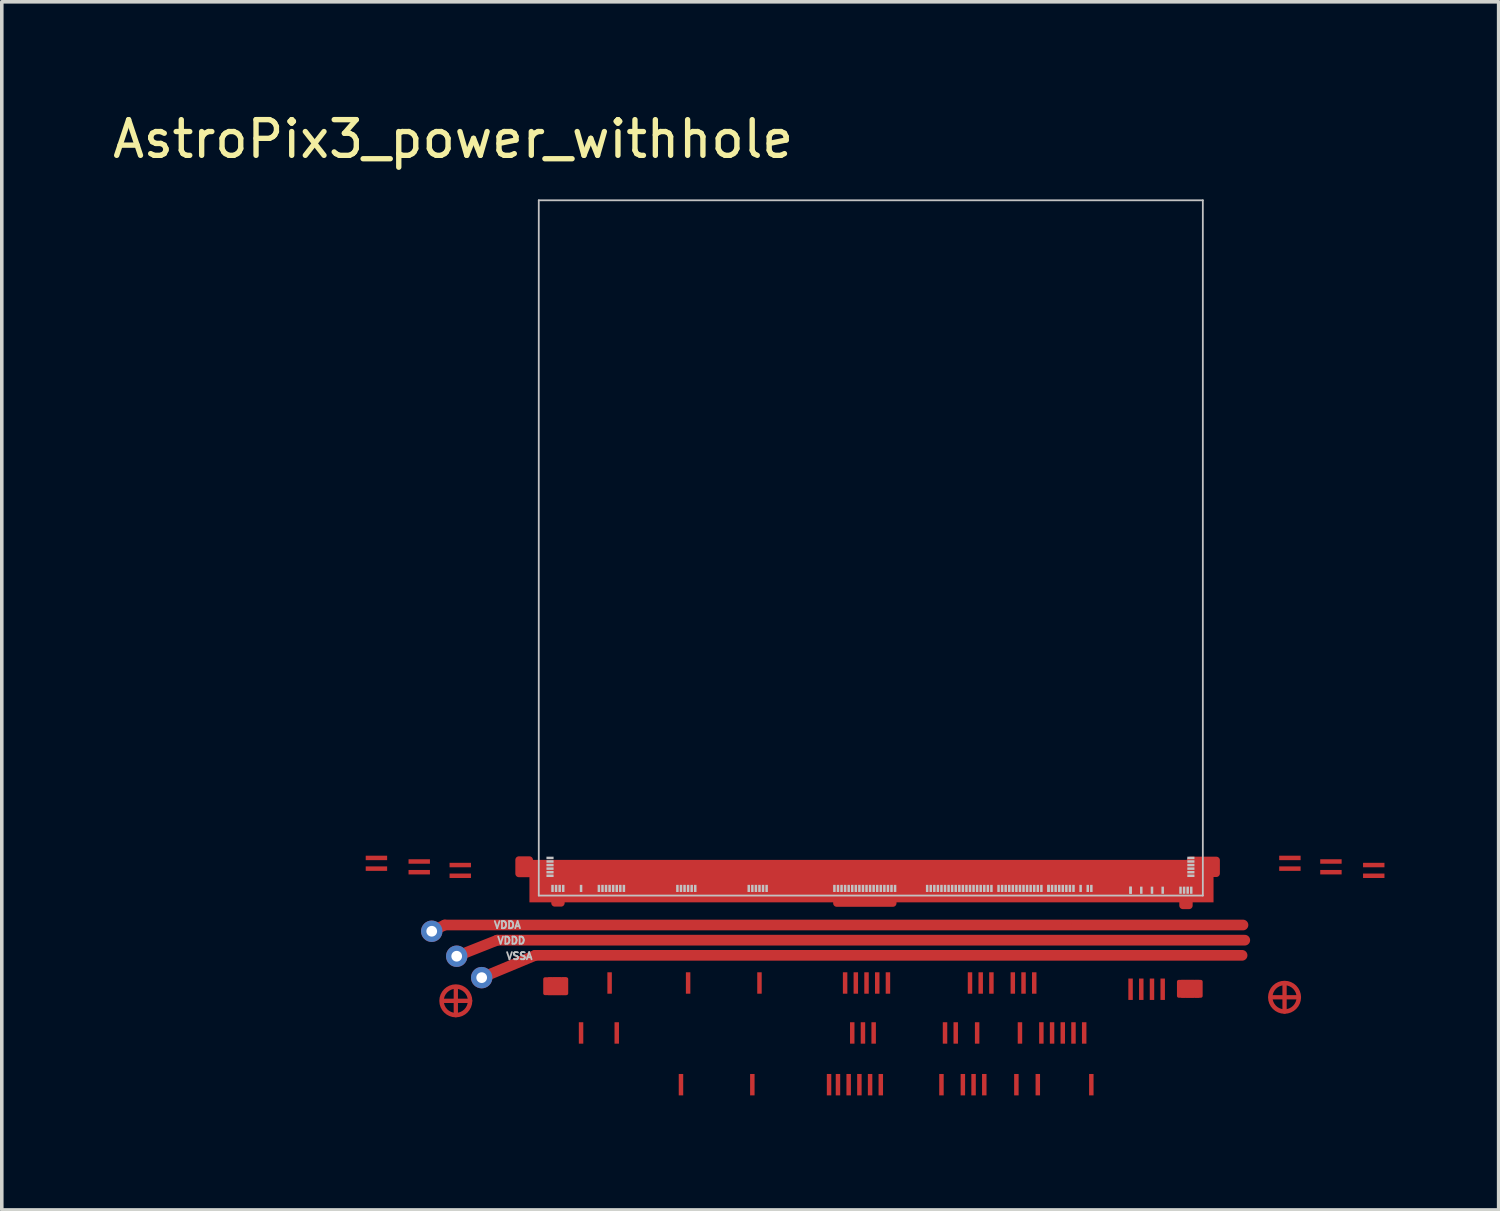
<source format=kicad_pcb>
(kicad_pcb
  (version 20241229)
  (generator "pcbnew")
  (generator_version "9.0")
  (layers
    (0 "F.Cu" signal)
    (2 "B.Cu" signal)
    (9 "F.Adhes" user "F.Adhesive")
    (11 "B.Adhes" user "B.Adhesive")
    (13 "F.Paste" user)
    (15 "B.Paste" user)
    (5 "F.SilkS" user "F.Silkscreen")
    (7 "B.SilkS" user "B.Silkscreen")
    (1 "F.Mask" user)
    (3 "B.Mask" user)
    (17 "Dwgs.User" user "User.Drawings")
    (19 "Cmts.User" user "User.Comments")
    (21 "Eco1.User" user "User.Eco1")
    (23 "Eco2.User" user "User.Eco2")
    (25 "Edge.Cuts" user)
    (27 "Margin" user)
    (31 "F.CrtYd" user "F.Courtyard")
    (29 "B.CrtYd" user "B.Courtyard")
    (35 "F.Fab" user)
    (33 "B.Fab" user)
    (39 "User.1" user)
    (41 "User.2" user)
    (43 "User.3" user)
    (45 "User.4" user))
  (footprint "AstroPix3_power_withhole"
    (layer "F.Cu")
    (at 12.049 22.048)
    (property "Reference" "AstroPix3_power_withhole" (at -2.4 -21.2 0) (layer "F.SilkS") (effects (font (size 1 1) (thickness 0.15))))
    (attr smd)
    (fp_line (start -3 1) (end -2.635 0.825) (stroke (width 0.3) (type solid)) (layer "F.Cu"))
    (fp_line (start -2.675 2.95) (end -1.925 2.95) (stroke (width 0.12) (type solid)) (layer "F.Cu"))
    (fp_line (start -2.635 0.825) (end 19.735 0.825) (stroke (width 0.3) (type solid)) (layer "F.Cu"))
    (fp_line (start -2.325 2.6) (end -2.325 3.35) (stroke (width 0.12) (type solid)) (layer "F.Cu"))
    (fp_line (start -2.3 1.7) (end -1.165 1.25) (stroke (width 0.3) (type solid)) (layer "F.Cu"))
    (fp_line (start -1.6 2.3) (end -0.1 1.675) (stroke (width 0.3) (type solid)) (layer "F.Cu"))
    (fp_line (start -1.165 1.25) (end 19.785 1.25) (stroke (width 0.3) (type solid)) (layer "F.Cu"))
    (fp_line (start -0.1 1.675) (end 19.71 1.675) (stroke (width 0.3) (type solid)) (layer "F.Cu"))
    (fp_line (start 20.55 2.85) (end 21.3 2.85) (stroke (width 0.12) (type solid)) (layer "F.Cu"))
    (fp_line (start 20.9 2.5) (end 20.9 3.25) (stroke (width 0.12) (type solid)) (layer "F.Cu"))
    (fp_rect (start -0.557 -1) (end -0.263 -0.615) (stroke (width 0.2) (type solid)) (fill yes) (layer "F.Cu"))
    (fp_rect (start 0.45 -0.115) (end 0.625 0.21) (stroke (width 0.2) (type solid)) (fill yes) (layer "F.Cu"))
    (fp_rect (start 8.35 -0.17) (end 9.925 0.215) (stroke (width 0.2) (type solid)) (fill yes) (layer "F.Cu"))
    (fp_rect (start 18.225 -0.105) (end 18.05 0.28) (stroke (width 0.2) (type solid)) (fill yes) (layer "F.Cu"))
    (fp_rect (start 18.988 -0.99) (end 18.262 -0.62) (stroke (width 0.2) (type solid)) (fill yes) (layer "F.Cu"))
    (fp_circle (center -2.325 2.95) (end -1.925 2.95) (stroke (width 0.125) (type solid)) (fill no) (layer "F.Cu"))
    (fp_circle (center 20.9 2.85) (end 21.3 2.85) (stroke (width 0.125) (type solid)) (fill no) (layer "F.Cu"))
    (fp_poly (pts (xy 0.775 2.74) (xy 0.175 2.74) (xy 0.175 2.34) (xy 0.775 2.34)) (stroke (width 0.1) (type solid)) (fill yes) (layer "F.Cu"))
    (fp_poly (pts (xy 18.555 2.813) (xy 17.935 2.813) (xy 17.935 2.413) (xy 18.555 2.413)) (stroke (width 0.1) (type solid)) (fill yes) (layer "F.Cu"))
    (fp_rect (start 0.95 3.35) (end 15.467 4.35) (stroke (width 0.12) (type solid)) (fill yes) (layer "F.Mask"))
    (fp_rect (start 3.754 4.75) (end 15.633 5.75) (stroke (width 0.12) (type solid)) (fill yes) (layer "F.Mask"))
    (fp_circle (center -2.325 2.95) (end -1.95 2.95) (stroke (width 0.2) (type solid)) (fill yes) (layer "F.Mask"))
    (fp_circle (center 20.9 2.85) (end 21.275 2.85) (stroke (width 0.2) (type solid)) (fill yes) (layer "F.Mask"))
    (fp_poly (pts (xy -1.8 -0.3) (xy -5 -0.3) (xy -5 -1.15) (xy -1.8 -1.15)) (stroke (width 0.1) (type solid)) (fill yes) (layer "F.Mask"))
    (fp_poly (pts (xy 19.85 2.9) (xy -1.15 2.9) (xy -1.15 -20.5) (xy 19.85 -20.5)) (stroke (width 0.1) (type solid)) (fill yes) (layer "F.Mask"))
    (fp_poly (pts (xy 23.85 -0.4) (xy 20.65 -0.4) (xy 20.65 -1.25) (xy 23.85 -1.25)) (stroke (width 0.1) (type solid)) (fill yes) (layer "F.Mask"))
    (fp_line (start 0 -19.485) (end 0 0) (stroke (width 0.05) (type solid)) (layer "Dwgs.User"))
    (fp_line (start 18.61 -19.485) (end 0 -19.485) (stroke (width 0.05) (type solid)) (layer "Dwgs.User"))
    (fp_line (start 18.61 -19.485) (end 18.61 0) (stroke (width 0.05) (type solid)) (layer "Dwgs.User"))
    (fp_line (start 18.61 0) (end 0 0) (stroke (width 0.05) (type solid)) (layer "Dwgs.User"))
    (fp_text user "VDDD" (at -0.77 1.26 0) (unlocked yes) (layer "Dwgs.User") (effects (font (size 0.2 0.2) (thickness 0.05))))
    (fp_text user "VSSA" (at -0.545 1.695 0) (unlocked yes) (layer "Dwgs.User") (effects (font (size 0.2 0.2) (thickness 0.05))))
    (fp_text user "VDDA" (at -0.88 0.825 0) (unlocked yes) (layer "Dwgs.User") (effects (font (size 0.2 0.2) (thickness 0.05))))
    (pad "" smd rect (at 0.315 -1.055 90) (size 0.07 0.2) (layers "Dwgs.User"))
    (pad "" smd rect (at 0.315 -0.955 90) (size 0.07 0.2) (layers "Dwgs.User"))
    (pad "" smd rect (at 0.315 -0.855 90) (size 0.07 0.2) (layers "Dwgs.User"))
    (pad "" smd rect (at 0.315 -0.755 90) (size 0.07 0.2) (layers "Dwgs.User"))
    (pad "" smd rect (at 0.315 -0.655 90) (size 0.07 0.2) (layers "Dwgs.User"))
    (pad "" smd rect (at 0.315 -0.555 90) (size 0.07 0.2) (layers "Dwgs.User"))
    (pad "" smd rect (at 0.385 -0.2) (size 0.07 0.2) (layers "Dwgs.User"))
    (pad "" smd rect (at 0.485 -0.2) (size 0.07 0.2) (layers "Dwgs.User"))
    (pad "" smd rect (at 0.585 -0.2) (size 0.07 0.2) (layers "Dwgs.User"))
    (pad "" smd rect (at 0.685 -0.2) (size 0.07 0.2) (layers "Dwgs.User"))
    (pad "" smd rect (at 1.185 -0.2) (size 0.07 0.2) (layers "Dwgs.User"))
    (pad "" smd rect (at 1.685 -0.2) (size 0.07 0.2) (layers "Dwgs.User"))
    (pad "" smd rect (at 1.785 -0.2) (size 0.07 0.2) (layers "Dwgs.User"))
    (pad "" smd rect (at 1.885 -0.2) (size 0.07 0.2) (layers "Dwgs.User"))
    (pad "" smd rect (at 1.985 -0.2) (size 0.07 0.2) (layers "Dwgs.User"))
    (pad "" smd rect (at 2.085 -0.2) (size 0.07 0.2) (layers "Dwgs.User"))
    (pad "" smd rect (at 2.185 -0.2) (size 0.07 0.2) (layers "Dwgs.User"))
    (pad "" smd rect (at 2.285 -0.2) (size 0.07 0.2) (layers "Dwgs.User"))
    (pad "" smd rect (at 2.385 -0.2) (size 0.07 0.2) (layers "Dwgs.User"))
    (pad "" smd rect (at 3.885 -0.2) (size 0.07 0.2) (layers "Dwgs.User"))
    (pad "" smd rect (at 3.985 -0.2) (size 0.07 0.2) (layers "Dwgs.User"))
    (pad "" smd rect (at 4.085 -0.2) (size 0.07 0.2) (layers "Dwgs.User"))
    (pad "" smd rect (at 4.185 -0.2) (size 0.07 0.2) (layers "Dwgs.User"))
    (pad "" smd rect (at 4.285 -0.2) (size 0.07 0.2) (layers "Dwgs.User"))
    (pad "" smd rect (at 4.385 -0.2) (size 0.07 0.2) (layers "Dwgs.User"))
    (pad "" smd rect (at 5.885 -0.2) (size 0.07 0.2) (layers "Dwgs.User"))
    (pad "" smd rect (at 5.985 -0.2) (size 0.07 0.2) (layers "Dwgs.User"))
    (pad "" smd rect (at 6.085 -0.2) (size 0.07 0.2) (layers "Dwgs.User"))
    (pad "" smd rect (at 6.185 -0.2) (size 0.07 0.2) (layers "Dwgs.User"))
    (pad "" smd rect (at 6.285 -0.2) (size 0.07 0.2) (layers "Dwgs.User"))
    (pad "" smd rect (at 6.385 -0.2) (size 0.07 0.2) (layers "Dwgs.User"))
    (pad "" smd rect (at 8.285 -0.2) (size 0.07 0.2) (layers "Dwgs.User"))
    (pad "" smd rect (at 8.385 -0.2) (size 0.07 0.2) (layers "Dwgs.User"))
    (pad "" smd rect (at 8.485 -0.2) (size 0.07 0.2) (layers "Dwgs.User"))
    (pad "" smd rect (at 8.585 -0.2) (size 0.07 0.2) (layers "Dwgs.User"))
    (pad "" smd rect (at 8.685 -0.2) (size 0.07 0.2) (layers "Dwgs.User"))
    (pad "" smd rect (at 8.785 -0.2) (size 0.07 0.2) (layers "Dwgs.User"))
    (pad "" smd rect (at 8.885 -0.2) (size 0.07 0.2) (layers "Dwgs.User"))
    (pad "" smd rect (at 8.985 -0.2) (size 0.07 0.2) (layers "Dwgs.User"))
    (pad "" smd rect (at 9.085 -0.2) (size 0.07 0.2) (layers "Dwgs.User"))
    (pad "" smd rect (at 9.185 -0.2) (size 0.07 0.2) (layers "Dwgs.User"))
    (pad "" smd rect (at 9.285 -0.2) (size 0.07 0.2) (layers "Dwgs.User"))
    (pad "" smd rect (at 9.385 -0.2) (size 0.07 0.2) (layers "Dwgs.User"))
    (pad "" smd rect (at 9.485 -0.2) (size 0.07 0.2) (layers "Dwgs.User"))
    (pad "" smd rect (at 9.585 -0.2) (size 0.07 0.2) (layers "Dwgs.User"))
    (pad "" smd rect (at 9.685 -0.2) (size 0.07 0.2) (layers "Dwgs.User"))
    (pad "" smd rect (at 9.785 -0.2) (size 0.07 0.2) (layers "Dwgs.User"))
    (pad "" smd rect (at 9.885 -0.2) (size 0.07 0.2) (layers "Dwgs.User"))
    (pad "" smd rect (at 9.985 -0.2) (size 0.07 0.2) (layers "Dwgs.User"))
    (pad "" smd rect (at 10.885 -0.2) (size 0.07 0.2) (layers "Dwgs.User"))
    (pad "" smd rect (at 10.985 -0.2) (size 0.07 0.2) (layers "Dwgs.User"))
    (pad "" smd rect (at 11.085 -0.2) (size 0.07 0.2) (layers "Dwgs.User"))
    (pad "" smd rect (at 11.185 -0.2) (size 0.07 0.2) (layers "Dwgs.User"))
    (pad "" smd rect (at 11.285 -0.2) (size 0.07 0.2) (layers "Dwgs.User"))
    (pad "" smd rect (at 11.385 -0.2) (size 0.07 0.2) (layers "Dwgs.User"))
    (pad "" smd rect (at 11.485 -0.2) (size 0.07 0.2) (layers "Dwgs.User"))
    (pad "" smd rect (at 11.585 -0.2) (size 0.07 0.2) (layers "Dwgs.User"))
    (pad "" smd rect (at 11.685 -0.2) (size 0.07 0.2) (layers "Dwgs.User"))
    (pad "" smd rect (at 11.785 -0.2) (size 0.07 0.2) (layers "Dwgs.User"))
    (pad "" smd rect (at 11.885 -0.2) (size 0.07 0.2) (layers "Dwgs.User"))
    (pad "" smd rect (at 11.985 -0.2) (size 0.07 0.2) (layers "Dwgs.User"))
    (pad "" smd rect (at 12.085 -0.2) (size 0.07 0.2) (layers "Dwgs.User"))
    (pad "" smd rect (at 12.185 -0.2) (size 0.07 0.2) (layers "Dwgs.User"))
    (pad "" smd rect (at 12.285 -0.2) (size 0.07 0.2) (layers "Dwgs.User"))
    (pad "" smd rect (at 12.385 -0.2) (size 0.07 0.2) (layers "Dwgs.User"))
    (pad "" smd rect (at 12.485 -0.2) (size 0.07 0.2) (layers "Dwgs.User"))
    (pad "" smd rect (at 12.585 -0.2) (size 0.07 0.2) (layers "Dwgs.User"))
    (pad "" smd rect (at 12.685 -0.2) (size 0.07 0.2) (layers "Dwgs.User"))
    (pad "" smd rect (at 12.885 -0.2) (size 0.07 0.2) (layers "Dwgs.User"))
    (pad "" smd rect (at 12.985 -0.2) (size 0.07 0.2) (layers "Dwgs.User"))
    (pad "" smd rect (at 13.085 -0.2) (size 0.07 0.2) (layers "Dwgs.User"))
    (pad "" smd rect (at 13.185 -0.2) (size 0.07 0.2) (layers "Dwgs.User"))
    (pad "" smd rect (at 13.285 -0.2) (size 0.07 0.2) (layers "Dwgs.User"))
    (pad "" smd rect (at 13.385 -0.2) (size 0.07 0.2) (layers "Dwgs.User"))
    (pad "" smd rect (at 13.485 -0.2) (size 0.07 0.2) (layers "Dwgs.User"))
    (pad "" smd rect (at 13.585 -0.2) (size 0.07 0.2) (layers "Dwgs.User"))
    (pad "" smd rect (at 13.685 -0.2) (size 0.07 0.2) (layers "Dwgs.User"))
    (pad "" smd rect (at 13.785 -0.2) (size 0.07 0.2) (layers "Dwgs.User"))
    (pad "" smd rect (at 13.885 -0.2) (size 0.07 0.2) (layers "Dwgs.User"))
    (pad "" smd rect (at 13.985 -0.2) (size 0.07 0.2) (layers "Dwgs.User"))
    (pad "" smd rect (at 14.085 -0.2) (size 0.07 0.2) (layers "Dwgs.User"))
    (pad "" smd rect (at 14.285 -0.2) (size 0.07 0.2) (layers "Dwgs.User"))
    (pad "" smd rect (at 14.285 -0.2) (size 0.07 0.2) (layers "Dwgs.User"))
    (pad "" smd rect (at 14.385 -0.2) (size 0.07 0.2) (layers "Dwgs.User"))
    (pad "" smd rect (at 14.485 -0.2) (size 0.07 0.2) (layers "Dwgs.User"))
    (pad "" smd rect (at 14.585 -0.2) (size 0.07 0.2) (layers "Dwgs.User"))
    (pad "" smd rect (at 14.685 -0.2) (size 0.07 0.2) (layers "Dwgs.User"))
    (pad "" smd rect (at 14.785 -0.2) (size 0.07 0.2) (layers "Dwgs.User"))
    (pad "" smd rect (at 14.885 -0.2) (size 0.07 0.2) (layers "Dwgs.User"))
    (pad "" smd rect (at 14.985 -0.2) (size 0.07 0.2) (layers "Dwgs.User"))
    (pad "" smd rect (at 15.185 -0.2) (size 0.07 0.2) (layers "Dwgs.User"))
    (pad "" smd rect (at 15.385 -0.2) (size 0.07 0.2) (layers "Dwgs.User"))
    (pad "" smd rect (at 15.485 -0.2) (size 0.07 0.2) (layers "Dwgs.User"))
    (pad "" smd rect (at 16.585 -0.15) (size 0.07 0.2) (layers "Dwgs.User"))
    (pad "" smd rect (at 16.585 -0.15) (size 0.07 0.2) (layers "Dwgs.User"))
    (pad "" smd rect (at 16.885 -0.15) (size 0.07 0.2) (layers "Dwgs.User"))
    (pad "" smd rect (at 17.185 -0.15) (size 0.07 0.2) (layers "Dwgs.User"))
    (pad "" smd rect (at 17.485 -0.15) (size 0.07 0.2) (layers "Dwgs.User"))
    (pad "" smd rect (at 17.985 -0.15) (size 0.07 0.2) (layers "Dwgs.User"))
    (pad "" smd rect (at 18.085 -0.15) (size 0.07 0.2) (layers "Dwgs.User"))
    (pad "" smd rect (at 18.185 -0.15) (size 0.07 0.2) (layers "Dwgs.User"))
    (pad "" smd rect (at 18.275 -1.055 90) (size 0.07 0.2) (layers "Dwgs.User"))
    (pad "" smd rect (at 18.275 -0.955 90) (size 0.07 0.2) (layers "Dwgs.User"))
    (pad "" smd rect (at 18.275 -0.855 90) (size 0.07 0.2) (layers "Dwgs.User"))
    (pad "" smd rect (at 18.275 -0.755 90) (size 0.07 0.2) (layers "Dwgs.User"))
    (pad "" smd rect (at 18.275 -0.655 90) (size 0.07 0.2) (layers "Dwgs.User"))
    (pad "" smd rect (at 18.275 -0.555 90) (size 0.07 0.2) (layers "Dwgs.User"))
    (pad "" smd rect (at 18.285 -0.15) (size 0.07 0.2) (layers "Dwgs.User"))
    (pad "B0" smd rect (at 9.324 -0.405) (size 19.172 1.19) (layers "F.Cu" "F.Mask" "F.Paste"))
    (pad "B1" smd rect (at 0.325 2.54) (size 0.125 0.5) (layers "F.Cu" "F.Mask" "F.Paste"))
    (pad "B2" smd rect (at 0.45 2.54) (size 0.125 0.5) (layers "F.Cu" "F.Mask" "F.Paste"))
    (pad "B3" smd rect (at 0.575 2.54) (size 0.125 0.5) (layers "F.Cu" "F.Mask" "F.Paste"))
    (pad "B4" smd rect (at 0.71 2.54) (size 0.125 0.5) (layers "F.Cu" "F.Mask" "F.Paste"))
    (pad "B5" smd rect (at 1.185 3.85) (size 0.125 0.6) (layers "F.Cu" "F.Mask" "F.Paste"))
    (pad "B6" smd rect (at 1.685 1.6) (size 0.1 0.1) (layers "F.Cu" "F.Mask" "F.Paste"))
    (pad "B7" smd rect (at 1.785 1.6) (size 0.1 0.1) (layers "F.Cu" "F.Mask" "F.Paste"))
    (pad "B8" smd rect (at 1.885 0.8) (size 0.1 0.1) (layers "F.Cu" "F.Mask" "F.Paste"))
    (pad "B9" smd rect (at 1.985 2.45) (size 0.125 0.6) (layers "F.Cu" "F.Mask" "F.Paste"))
    (pad "B10" smd rect (at 2.085 0.8) (size 0.1 0.1) (layers "F.Cu" "F.Mask" "F.Paste"))
    (pad "B11" smd rect (at 2.185 3.85) (size 0.125 0.6) (layers "F.Cu" "F.Mask" "F.Paste"))
    (pad "B12" smd rect (at 2.285 1.6) (size 0.1 0.1) (layers "F.Cu" "F.Mask" "F.Paste"))
    (pad "B13" smd rect (at 2.385 1.6) (size 0.1 0.1) (layers "F.Cu" "F.Mask" "F.Paste"))
    (pad "B14" smd rect (at 3.885 0.8) (size 0.1 0.1) (layers "F.Cu" "F.Mask" "F.Paste"))
    (pad "B15" smd rect (at 3.985 5.3) (size 0.125 0.6) (layers "F.Cu" "F.Mask" "F.Paste"))
    (pad "B16" smd rect (at 4.085 0.8) (size 0.1 0.1) (layers "F.Cu" "F.Mask" "F.Paste"))
    (pad "B17" smd rect (at 4.185 2.45) (size 0.125 0.6) (layers "F.Cu" "F.Mask" "F.Paste"))
    (pad "B18" smd rect (at 4.285 1.6) (size 0.1 0.1) (layers "F.Cu" "F.Mask" "F.Paste"))
    (pad "B19" smd rect (at 4.385 1.6) (size 0.1 0.1) (layers "F.Cu" "F.Mask" "F.Paste"))
    (pad "B20" smd rect (at 5.885 0.8) (size 0.1 0.1) (layers "F.Cu" "F.Mask" "F.Paste"))
    (pad "B21" smd rect (at 5.985 5.3) (size 0.125 0.6) (layers "F.Cu" "F.Mask" "F.Paste"))
    (pad "B22" smd rect (at 6.085 0.8) (size 0.1 0.1) (layers "F.Cu" "F.Mask" "F.Paste"))
    (pad "B23" smd rect (at 6.185 2.45) (size 0.125 0.6) (layers "F.Cu" "F.Mask" "F.Paste"))
    (pad "B24" smd rect (at 6.285 1.6) (size 0.1 0.1) (layers "F.Cu" "F.Mask" "F.Paste"))
    (pad "B25" smd rect (at 6.385 1.6) (size 0.1 0.1) (layers "F.Cu" "F.Mask" "F.Paste"))
    (pad "B26" smd rect (at 8.135 5.3) (size 0.125 0.6) (layers "F.Cu" "F.Mask" "F.Paste"))
    (pad "B27" smd rect (at 8.385 5.3) (size 0.125 0.6) (layers "F.Cu" "F.Mask" "F.Paste"))
    (pad "B28" smd rect (at 8.485 1.2) (size 0.1 0.1) (layers "F.Cu" "F.Mask" "F.Paste"))
    (pad "B29" smd rect (at 8.585 2.45) (size 0.125 0.6) (layers "F.Cu" "F.Mask" "F.Paste"))
    (pad "B30" smd rect (at 8.685 5.3) (size 0.125 0.6) (layers "F.Cu" "F.Mask" "F.Paste"))
    (pad "B31" smd rect (at 8.785 3.85) (size 0.125 0.6) (layers "F.Cu" "F.Mask" "F.Paste"))
    (pad "B32" smd rect (at 8.885 2.45) (size 0.125 0.6) (layers "F.Cu" "F.Mask" "F.Paste"))
    (pad "B33" smd rect (at 8.985 5.3) (size 0.125 0.6) (layers "F.Cu" "F.Mask" "F.Paste"))
    (pad "B34" smd rect (at 9.085 3.85) (size 0.125 0.6) (layers "F.Cu" "F.Mask" "F.Paste"))
    (pad "B35" smd rect (at 9.185 2.45) (size 0.125 0.6) (layers "F.Cu" "F.Mask" "F.Paste"))
    (pad "B36" smd rect (at 9.285 5.3) (size 0.125 0.6) (layers "F.Cu" "F.Mask" "F.Paste"))
    (pad "B37" smd rect (at 9.385 3.85) (size 0.125 0.6) (layers "F.Cu" "F.Mask" "F.Paste"))
    (pad "B38" smd rect (at 9.485 2.45) (size 0.125 0.6) (layers "F.Cu" "F.Mask" "F.Paste"))
    (pad "B39" smd rect (at 9.585 5.3) (size 0.125 0.6) (layers "F.Cu" "F.Mask" "F.Paste"))
    (pad "B40" smd rect (at 9.685 1.2) (size 0.1 0.1) (layers "F.Cu" "F.Mask" "F.Paste"))
    (pad "B41" smd rect (at 9.785 2.45) (size 0.125 0.6) (layers "F.Cu" "F.Mask" "F.Paste"))
    (pad "B44" smd rect (at 10.885 1.6) (size 0.1 0.1) (layers "F.Cu" "F.Mask" "F.Paste"))
    (pad "B45" smd rect (at 10.985 1.6) (size 0.1 0.1) (layers "F.Cu" "F.Mask" "F.Paste"))
    (pad "B46" smd rect (at 11.085 0.8) (size 0.1 0.1) (layers "F.Cu" "F.Mask" "F.Paste"))
    (pad "B47" smd rect (at 11.185 0.8) (size 0.1 0.1) (layers "F.Cu" "F.Mask" "F.Paste"))
    (pad "B48" smd rect (at 11.285 5.3) (size 0.125 0.6) (layers "F.Cu" "F.Mask" "F.Paste"))
    (pad "B49" smd rect (at 11.385 3.85) (size 0.125 0.6) (layers "F.Cu" "F.Mask" "F.Paste"))
    (pad "B52" smd rect (at 11.685 3.85) (size 0.125 0.6) (layers "F.Cu" "F.Mask" "F.Paste"))
    (pad "B54" smd rect (at 11.885 5.3) (size 0.125 0.6) (layers "F.Cu" "F.Mask" "F.Paste"))
    (pad "B55" smd rect (at 11.985 0.8) (size 0.1 0.1) (layers "F.Cu" "F.Mask" "F.Paste"))
    (pad "B56" smd rect (at 12.085 2.45) (size 0.125 0.6) (layers "F.Cu" "F.Mask" "F.Paste"))
    (pad "B57" smd rect (at 12.185 5.3) (size 0.125 0.6) (layers "F.Cu" "F.Mask" "F.Paste"))
    (pad "B58" smd rect (at 12.285 3.85) (size 0.125 0.6) (layers "F.Cu" "F.Mask" "F.Paste"))
    (pad "B59" smd rect (at 12.385 2.45) (size 0.125 0.6) (layers "F.Cu" "F.Mask" "F.Paste"))
    (pad "B60" smd rect (at 12.485 5.3) (size 0.125 0.6) (layers "F.Cu" "F.Mask" "F.Paste"))
    (pad "B61" smd rect (at 12.585 0.8) (size 0.1 0.1) (layers "F.Cu" "F.Mask" "F.Paste"))
    (pad "B62" smd rect (at 12.685 2.45) (size 0.125 0.6) (layers "F.Cu" "F.Mask" "F.Paste"))
    (pad "B65" smd rect (at 13.085 1.6) (size 0.1 0.1) (layers "F.Cu" "F.Mask" "F.Paste"))
    (pad "B66" smd rect (at 13.185 0.8) (size 0.1 0.1) (layers "F.Cu" "F.Mask" "F.Paste"))
    (pad "B67" smd rect (at 13.285 2.45) (size 0.125 0.6) (layers "F.Cu" "F.Mask" "F.Paste"))
    (pad "B68" smd rect (at 13.385 5.3) (size 0.125 0.6) (layers "F.Cu" "F.Mask" "F.Paste"))
    (pad "B69" smd rect (at 13.485 3.85) (size 0.125 0.6) (layers "F.Cu" "F.Mask" "F.Paste"))
    (pad "B70" smd rect (at 13.585 2.45) (size 0.125 0.6) (layers "F.Cu" "F.Mask" "F.Paste"))
    (pad "B72" smd rect (at 13.785 0.8) (size 0.1 0.1) (layers "F.Cu" "F.Mask" "F.Paste"))
    (pad "B73" smd rect (at 13.885 2.45) (size 0.125 0.6) (layers "F.Cu" "F.Mask" "F.Paste"))
    (pad "B74" smd rect (at 13.985 5.3) (size 0.125 0.6) (layers "F.Cu" "F.Mask" "F.Paste"))
    (pad "B75" smd rect (at 14.085 3.85) (size 0.125 0.6) (layers "F.Cu" "F.Mask" "F.Paste"))
    (pad "B77" smd rect (at 14.385 3.85) (size 0.125 0.6) (layers "F.Cu" "F.Mask" "F.Paste"))
    (pad "B78" smd rect (at 14.485 1.6) (size 0.1 0.1) (layers "F.Cu" "F.Mask" "F.Paste"))
    (pad "B79" smd rect (at 14.585 0.8) (size 0.1 0.1) (layers "F.Cu" "F.Mask" "F.Paste"))
    (pad "B80" smd rect (at 14.685 3.85) (size 0.125 0.6) (layers "F.Cu" "F.Mask" "F.Paste"))
    (pad "B81" smd rect (at 14.785 1.6) (size 0.1 0.1) (layers "F.Cu" "F.Mask" "F.Paste"))
    (pad "B82" smd rect (at 14.885 0.8) (size 0.1 0.1) (layers "F.Cu" "F.Mask" "F.Paste"))
    (pad "B83" smd rect (at 14.985 3.85) (size 0.125 0.6) (layers "F.Cu" "F.Mask" "F.Paste"))
    (pad "B84" smd rect (at 15.285 3.85) (size 0.125 0.6) (layers "F.Cu" "F.Mask" "F.Paste"))
    (pad "B85" smd rect (at 15.385 1.2) (size 0.1 0.1) (layers "F.Cu" "F.Mask" "F.Paste"))
    (pad "B86" smd rect (at 15.485 5.3) (size 0.125 0.6) (layers "F.Cu" "F.Mask" "F.Paste"))
    (pad "B87" smd rect (at 16.585 2.625) (size 0.125 0.6) (layers "F.Cu" "F.Mask" "F.Paste"))
    (pad "B88" smd rect (at 16.885 2.625) (size 0.125 0.6) (layers "F.Cu" "F.Mask" "F.Paste"))
    (pad "B89" smd rect (at 17.185 2.625) (size 0.125 0.6) (layers "F.Cu" "F.Mask" "F.Paste"))
    (pad "B90" smd rect (at 17.485 2.625) (size 0.125 0.6) (layers "F.Cu" "F.Mask" "F.Paste"))
    (pad "B91" smd rect (at 18.065 2.613) (size 0.125 0.5) (layers "F.Cu" "F.Mask" "F.Paste"))
    (pad "B92" smd rect (at 18.19 2.613) (size 0.125 0.5) (layers "F.Cu" "F.Mask" "F.Paste"))
    (pad "B93" smd rect (at 18.315 2.613) (size 0.125 0.5) (layers "F.Cu" "F.Mask" "F.Paste"))
    (pad "B94" smd rect (at 18.45 2.613) (size 0.125 0.5) (layers "F.Cu" "F.Mask" "F.Paste"))
    (pad "L1" smd rect (at -4.55 -1.055 270) (size 0.125 0.6) (layers "F.Cu" "F.Mask" "F.Paste"))
    (pad "L2" smd rect (at -3.35 -0.955 270) (size 0.125 0.6) (layers "F.Cu" "F.Mask" "F.Paste"))
    (pad "L3" smd rect (at -2.2 -0.855 270) (size 0.125 0.6) (layers "F.Cu" "F.Mask" "F.Paste"))
    (pad "L4" smd rect (at -4.55 -0.755 270) (size 0.125 0.6) (layers "F.Cu" "F.Mask" "F.Paste"))
    (pad "L5" smd rect (at -3.35 -0.655 270) (size 0.125 0.6) (layers "F.Cu" "F.Mask" "F.Paste"))
    (pad "L6" smd rect (at -2.2 -0.555 270) (size 0.125 0.6) (layers "F.Cu" "F.Mask" "F.Paste"))
    (pad "R1" smd rect (at 23.4 -0.555 90) (size 0.125 0.6) (layers "F.Cu" "F.Mask" "F.Paste"))
    (pad "R2" smd rect (at 22.2 -0.655 90) (size 0.125 0.6) (layers "F.Cu" "F.Mask" "F.Paste"))
    (pad "R3" smd rect (at 21.05 -0.755 90) (size 0.125 0.6) (layers "F.Cu" "F.Mask" "F.Paste"))
    (pad "R4" smd rect (at 23.4 -0.855 90) (size 0.125 0.6) (layers "F.Cu" "F.Mask" "F.Paste"))
    (pad "R5" smd rect (at 22.2 -0.955 90) (size 0.125 0.6) (layers "F.Cu" "F.Mask" "F.Paste"))
    (pad "R6" smd rect (at 21.05 -1.055 90) (size 0.125 0.6) (layers "F.Cu" "F.Mask" "F.Paste"))
    (pad "VDDA_Ring" thru_hole circle (at -3 1) (size 0.6 0.6) (drill 0.3) (layers "*.Cu" "*.Mask"))
    (pad "VDDD_Ring" thru_hole circle (at -2.3 1.7) (size 0.6 0.6) (drill 0.3) (layers "*.Cu" "*.Mask"))
    (pad "VSSA_Ring" thru_hole circle (at -1.6 2.3) (size 0.6 0.6) (drill 0.3) (layers "*.Cu" "*.Mask")))
  (gr_rect
    (start -3 -3)
    (end 38.949 30.858)
    (stroke (width 0.1) (type default))
    (fill no)
    (layer "Edge.Cuts")))
</source>
